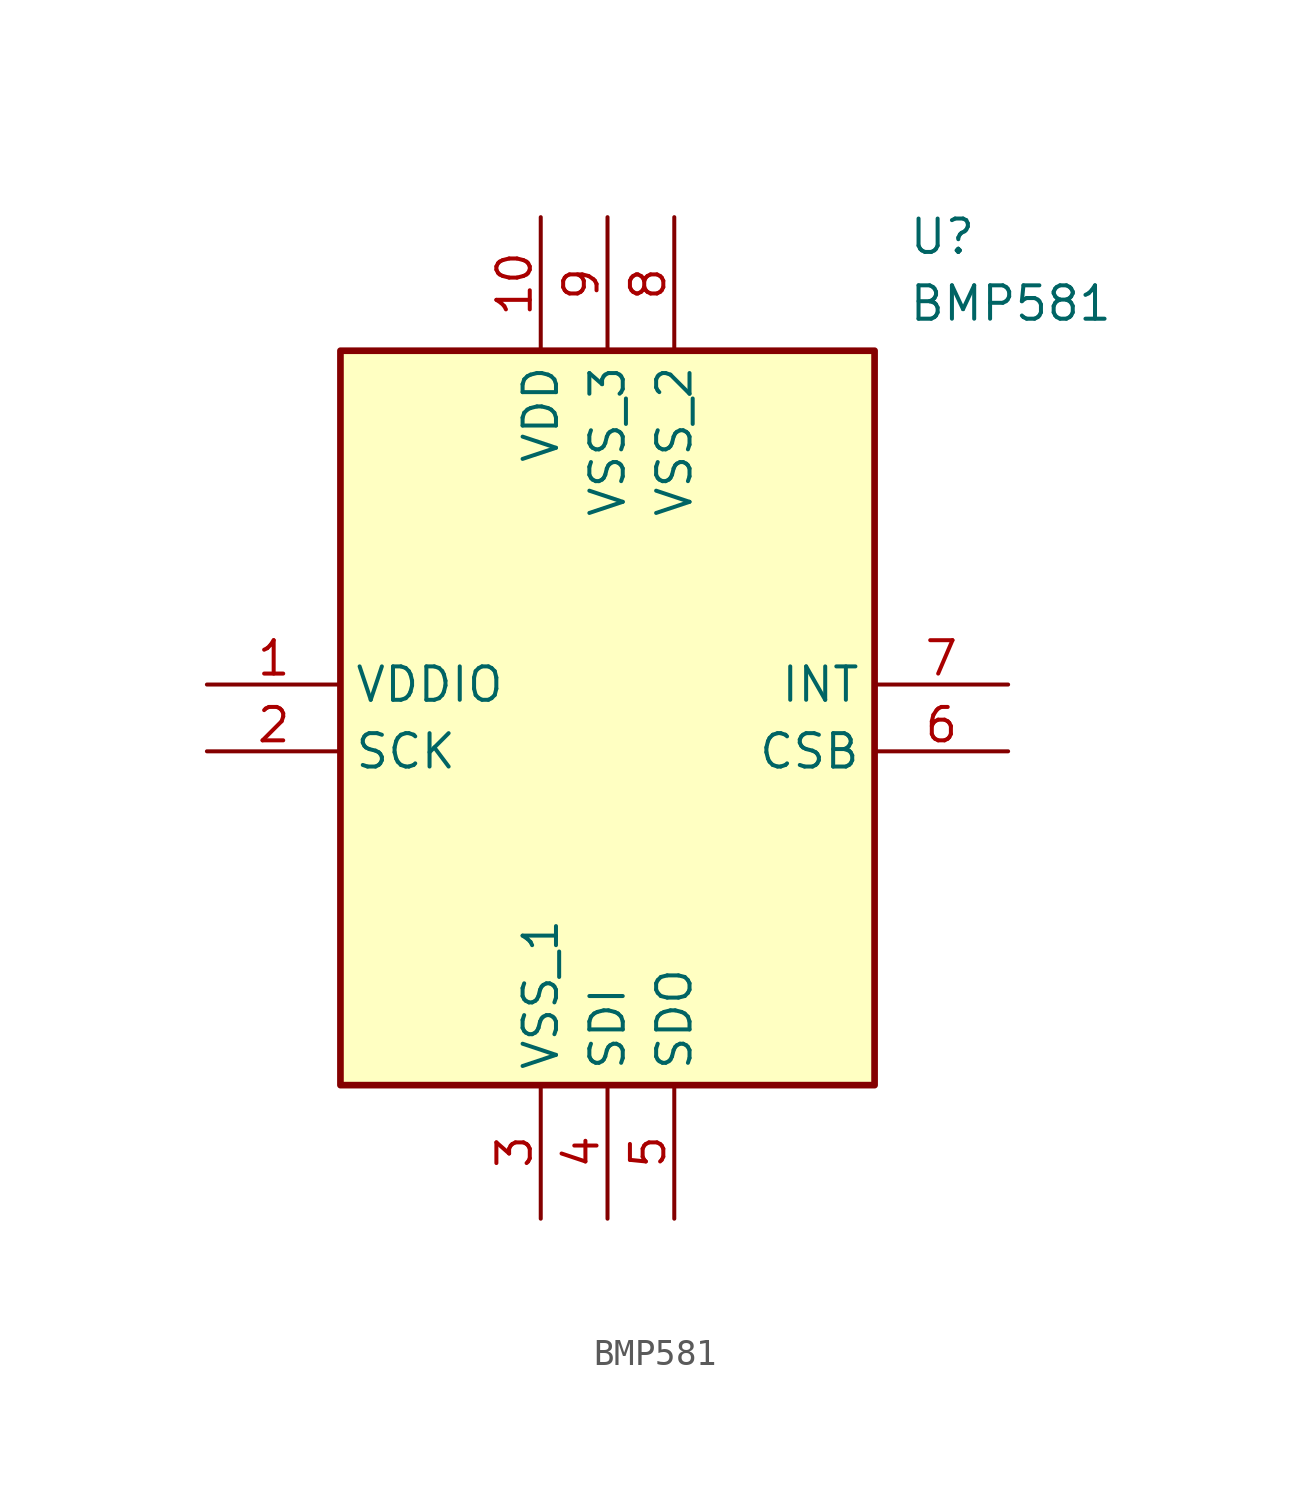
<source format=kicad_sym>
(kicad_symbol_lib
  (version 20211014)
  (generator SamacSys_ECAD_Model)
  (symbol "BMP581"
    (property "Reference" "U"
      (at 26.67 17.78 0)
      (effects (font (size 1.27 1.27)) (justify left top)))
    (property "Value" "BMP581"
      (at 26.67 15.24 0)
      (effects (font (size 1.27 1.27)) (justify left top)))
    (rectangle
      (start 5.08 12.7)
      (end 25.4 -15.24)
      (stroke (width 0.254) (type default))
      (fill (type background)))
    (pin passive line
      (at 0 0 0)
      (length 5.08)
      (name "VDDIO" (effects (font (size 1.27 1.27))))
      (number "1" (effects (font (size 1.27 1.27)))))
    (pin passive line
      (at 0 -2.54 0)
      (length 5.08)
      (name "SCK" (effects (font (size 1.27 1.27))))
      (number "2" (effects (font (size 1.27 1.27)))))
    (pin passive line
      (at 12.7 -20.32 90)
      (length 5.08)
      (name "VSS_1" (effects (font (size 1.27 1.27))))
      (number "3" (effects (font (size 1.27 1.27)))))
    (pin passive line
      (at 15.24 -20.32 90)
      (length 5.08)
      (name "SDI" (effects (font (size 1.27 1.27))))
      (number "4" (effects (font (size 1.27 1.27)))))
    (pin passive line
      (at 17.78 -20.32 90)
      (length 5.08)
      (name "SDO" (effects (font (size 1.27 1.27))))
      (number "5" (effects (font (size 1.27 1.27)))))
    (pin passive line
      (at 30.48 -2.54 180)
      (length 5.08)
      (name "CSB" (effects (font (size 1.27 1.27))))
      (number "6" (effects (font (size 1.27 1.27)))))
    (pin passive line
      (at 30.48 0 180)
      (length 5.08)
      (name "INT" (effects (font (size 1.27 1.27))))
      (number "7" (effects (font (size 1.27 1.27)))))
    (pin passive line
      (at 17.78 17.78 270)
      (length 5.08)
      (name "VSS_2" (effects (font (size 1.27 1.27))))
      (number "8" (effects (font (size 1.27 1.27)))))
    (pin passive line
      (at 15.24 17.78 270)
      (length 5.08)
      (name "VSS_3" (effects (font (size 1.27 1.27))))
      (number "9" (effects (font (size 1.27 1.27)))))
    (pin passive line
      (at 12.7 17.78 270)
      (length 5.08)
      (name "VDD" (effects (font (size 1.27 1.27))))
      (number "10" (effects (font (size 1.27 1.27)))))))
</source>
